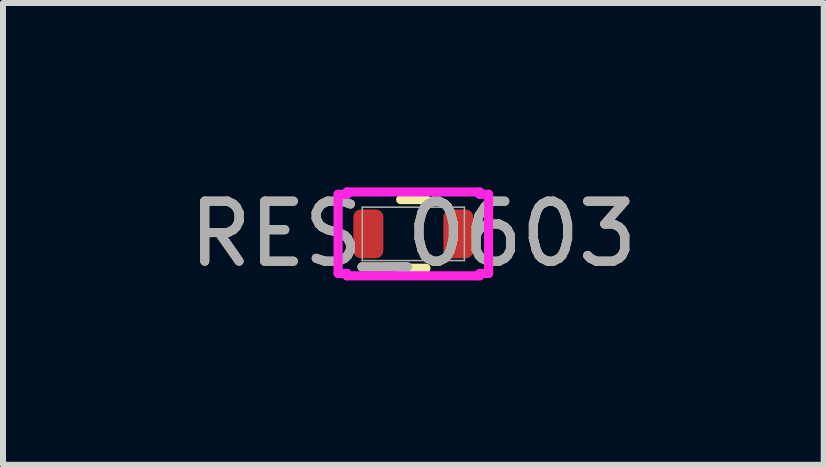
<source format=kicad_pcb>
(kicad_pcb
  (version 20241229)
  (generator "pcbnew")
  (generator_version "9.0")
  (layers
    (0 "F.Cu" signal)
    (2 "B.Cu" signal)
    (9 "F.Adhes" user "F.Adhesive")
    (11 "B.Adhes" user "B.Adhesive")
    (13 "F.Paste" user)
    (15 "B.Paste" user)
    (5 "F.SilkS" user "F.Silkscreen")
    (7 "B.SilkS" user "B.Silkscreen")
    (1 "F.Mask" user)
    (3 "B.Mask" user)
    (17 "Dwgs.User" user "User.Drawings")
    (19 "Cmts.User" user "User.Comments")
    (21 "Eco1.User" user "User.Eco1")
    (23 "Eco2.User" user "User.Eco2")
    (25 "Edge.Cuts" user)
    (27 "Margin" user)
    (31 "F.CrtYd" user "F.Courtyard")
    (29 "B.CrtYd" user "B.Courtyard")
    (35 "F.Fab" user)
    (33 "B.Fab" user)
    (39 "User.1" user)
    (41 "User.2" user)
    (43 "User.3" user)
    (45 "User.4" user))
  (footprint "RES_0603"
    (layer "F.Cu")
    (at 3.839 0.848)
    (property "Reference" "RES_0603" (at 0 0 0) (unlocked yes) (layer "F.SilkS") (effects (font (size 1 1) (thickness 0.15))))
    (attr smd)
    (fp_line (start -0.211 0.572) (end 0.211 0.572) (stroke (width 0.152) (type solid)) (layer "F.SilkS"))
    (fp_line (start 0.211 -0.572) (end -0.211 -0.572) (stroke (width 0.152) (type solid)) (layer "F.SilkS"))
    (fp_line (start -1.254 -0.66) (end -1.105 -0.66) (stroke (width 0.152) (type solid)) (layer "F.CrtYd"))
    (fp_line (start -1.254 0.66) (end -1.254 -0.66) (stroke (width 0.152) (type solid)) (layer "F.CrtYd"))
    (fp_line (start -1.105 -0.699) (end 1.105 -0.699) (stroke (width 0.152) (type solid)) (layer "F.CrtYd"))
    (fp_line (start -1.105 -0.66) (end -1.105 -0.699) (stroke (width 0.152) (type solid)) (layer "F.CrtYd"))
    (fp_line (start -1.105 0.66) (end -1.254 0.66) (stroke (width 0.152) (type solid)) (layer "F.CrtYd"))
    (fp_line (start -1.105 0.699) (end -1.105 0.66) (stroke (width 0.152) (type solid)) (layer "F.CrtYd"))
    (fp_line (start 1.105 -0.699) (end 1.105 -0.66) (stroke (width 0.152) (type solid)) (layer "F.CrtYd"))
    (fp_line (start 1.105 -0.66) (end 1.254 -0.66) (stroke (width 0.152) (type solid)) (layer "F.CrtYd"))
    (fp_line (start 1.105 0.66) (end 1.105 0.699) (stroke (width 0.152) (type solid)) (layer "F.CrtYd"))
    (fp_line (start 1.105 0.699) (end -1.105 0.699) (stroke (width 0.152) (type solid)) (layer "F.CrtYd"))
    (fp_line (start 1.254 -0.66) (end 1.254 0.66) (stroke (width 0.152) (type solid)) (layer "F.CrtYd"))
    (fp_line (start 1.254 0.66) (end 1.105 0.66) (stroke (width 0.152) (type solid)) (layer "F.CrtYd"))
    (fp_line (start -0.851 -0.445) (end -0.851 0.445) (stroke (width 0.025) (type solid)) (layer "F.Fab"))
    (fp_line (start -0.851 0.445) (end 0.851 0.445) (stroke (width 0.025) (type solid)) (layer "F.Fab"))
    (fp_line (start 0.851 -0.445) (end -0.851 -0.445) (stroke (width 0.025) (type solid)) (layer "F.Fab"))
    (fp_line (start 0.851 0.445) (end 0.851 -0.445) (stroke (width 0.025) (type solid)) (layer "F.Fab"))
    (fp_text user "${REFERENCE}" (at 0 0 0) (unlocked yes) (layer "F.Fab") (effects (font (size 1 1) (thickness 0.15))))
    (pad "1" smd roundrect (at -0.75 0) (size 0.5 0.813) (layers "F.Cu" "F.Mask" "F.Paste") (roundrect_rratio 0.25))
    (pad "2" smd roundrect (at 0.75 0) (size 0.5 0.813) (layers "F.Cu" "F.Mask" "F.Paste") (roundrect_rratio 0.25))
    (zone (net_name "") (layer "F.Cu") (hatch full 0.508) (connect_pads) (min_thickness 0.254) (filled_areas_thickness no) (keepout (tracks not_allowed) (vias not_allowed) (pads allowed) (copperpour not_allowed) (footprints allowed)) (placement (enabled no)) (fill) (polygon (pts (xy 3.39 0.455) (xy 4.288 0.455) (xy 4.288 1.242) (xy 3.39 1.242)))))
  (gr_rect
    (start -3 -3)
    (end 10.679 4.697)
    (stroke (width 0.1) (type default))
    (fill no)
    (layer "Edge.Cuts")))
</source>
